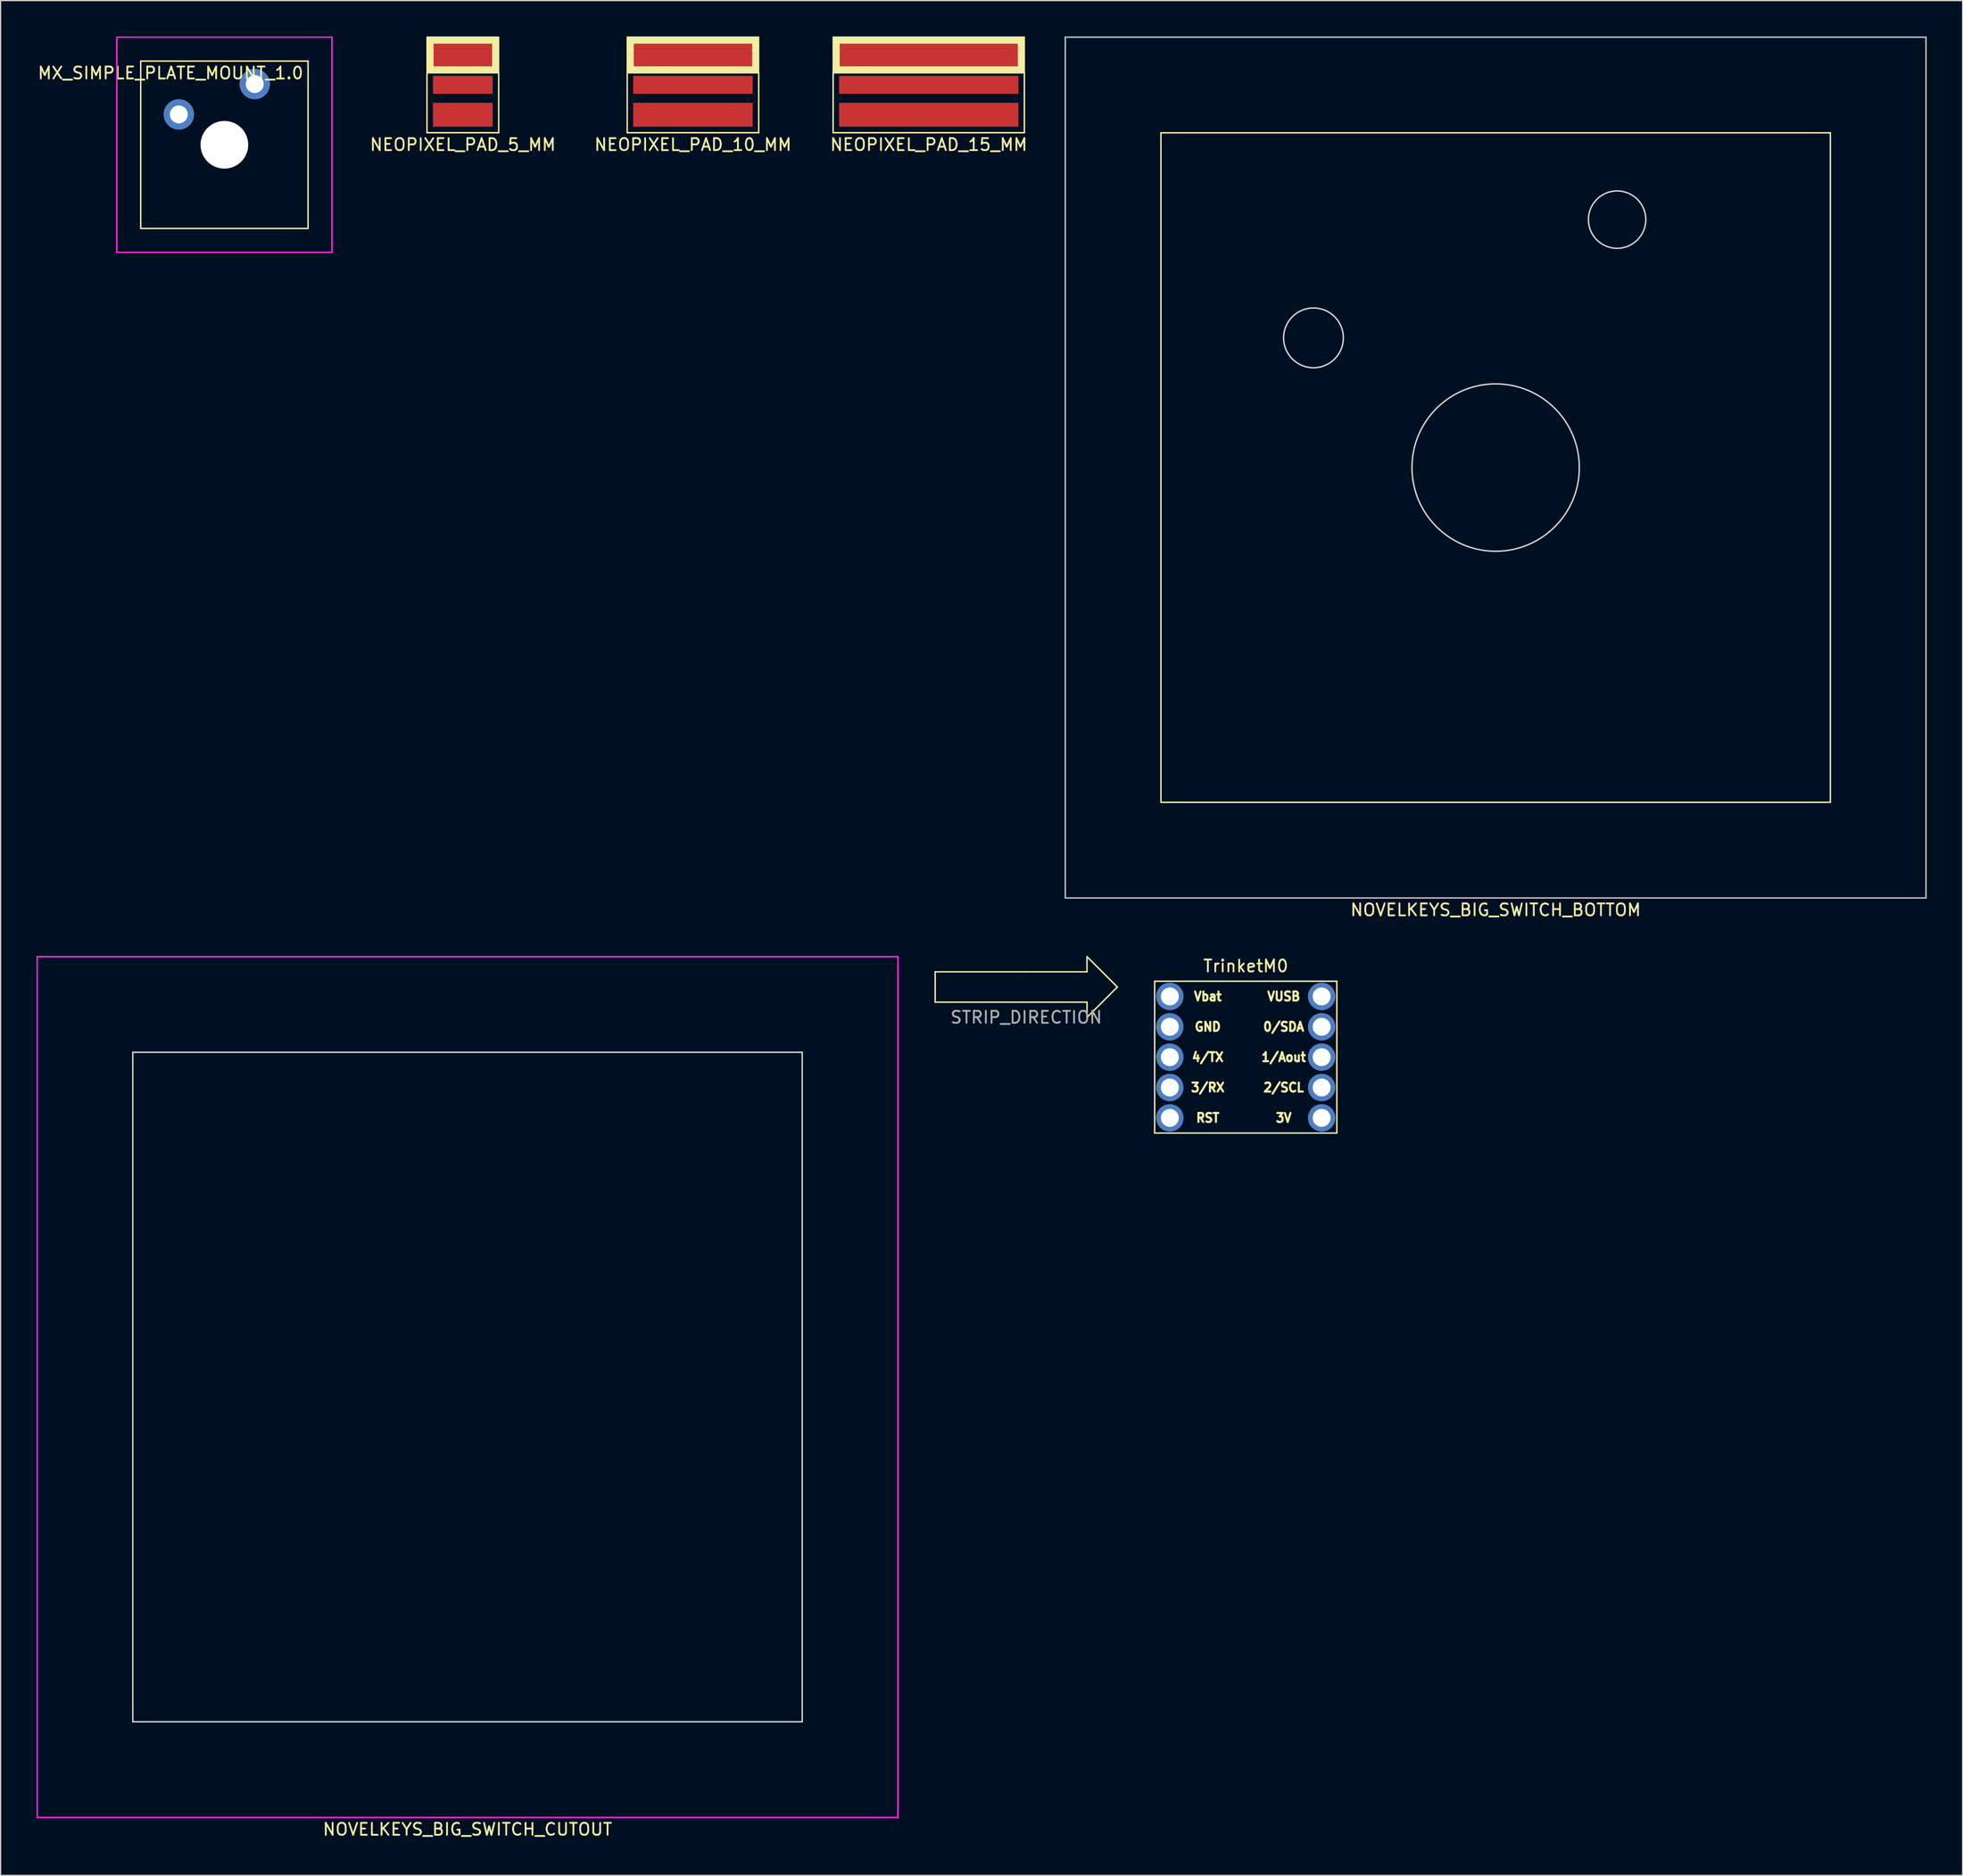
<source format=kicad_pcb>
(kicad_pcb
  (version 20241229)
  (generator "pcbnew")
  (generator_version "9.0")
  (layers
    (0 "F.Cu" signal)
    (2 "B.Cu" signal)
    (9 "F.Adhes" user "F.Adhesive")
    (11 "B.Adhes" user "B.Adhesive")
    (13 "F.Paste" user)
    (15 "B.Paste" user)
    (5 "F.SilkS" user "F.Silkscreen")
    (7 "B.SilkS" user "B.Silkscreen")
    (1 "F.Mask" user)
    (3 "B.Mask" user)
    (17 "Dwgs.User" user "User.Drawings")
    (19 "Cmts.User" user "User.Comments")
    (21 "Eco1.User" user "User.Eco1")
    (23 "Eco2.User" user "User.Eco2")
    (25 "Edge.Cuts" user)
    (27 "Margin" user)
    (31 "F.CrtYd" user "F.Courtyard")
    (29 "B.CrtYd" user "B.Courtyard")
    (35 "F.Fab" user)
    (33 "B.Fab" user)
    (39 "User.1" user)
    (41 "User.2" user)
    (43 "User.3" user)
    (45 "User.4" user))
  (footprint "NOVELKEYS_BIG_SWITCH_CUTOUT"
    (layer "F.Cu")
    (at 36.06 112.968)
    (property "Reference" "NOVELKEYS_BIG_SWITCH_CUTOUT" (at 0 37 0) (layer "F.SilkS") (effects (font (size 1 1) (thickness 0.15))))
    (attr through_hole)
    (fp_line (start -28 -28) (end -28 28) (stroke (width 0.12) (type solid)) (layer "Edge.Cuts"))
    (fp_line (start -28 28) (end 28 28) (stroke (width 0.12) (type solid)) (layer "Edge.Cuts"))
    (fp_line (start 28 -28) (end -28 -28) (stroke (width 0.12) (type solid)) (layer "Edge.Cuts"))
    (fp_line (start 28 28) (end 28 -28) (stroke (width 0.12) (type solid)) (layer "Edge.Cuts"))
    (fp_line (start -36 -36) (end -36 36) (stroke (width 0.12) (type solid)) (layer "F.CrtYd"))
    (fp_line (start -36 36) (end 36 36) (stroke (width 0.12) (type solid)) (layer "F.CrtYd"))
    (fp_line (start 36 -36) (end -36 -36) (stroke (width 0.12) (type solid)) (layer "F.CrtYd"))
    (fp_line (start 36 36) (end 36 -36) (stroke (width 0.12) (type solid)) (layer "F.CrtYd")))
  (footprint "TrinketM0"
    (layer "F.Cu")
    (at 101.16 85.376)
    (property "Reference" "TrinketM0" (at 0 -7.62 0) (layer "F.SilkS") (effects (font (size 1 1) (thickness 0.15))))
    (attr through_hole)
    (fp_line (start -7.62 -6.35) (end -7.62 6.35) (stroke (width 0.12) (type solid)) (layer "F.SilkS"))
    (fp_line (start -7.62 6.35) (end 7.62 6.35) (stroke (width 0.12) (type solid)) (layer "F.SilkS"))
    (fp_line (start 7.62 -6.35) (end -7.62 -6.35) (stroke (width 0.12) (type solid)) (layer "F.SilkS"))
    (fp_line (start 7.62 6.35) (end 7.62 -6.35) (stroke (width 0.12) (type solid)) (layer "F.SilkS"))
    (fp_text user "1/Aout" (at 3.175 0 0) (layer "F.SilkS") (effects (font (size 0.75 0.7) (thickness 0.175))))
    (fp_text user "3/RX" (at -3.175 2.54 0) (layer "F.SilkS") (effects (font (size 0.75 0.7) (thickness 0.175))))
    (fp_text user "0/SDA" (at 3.175 -2.54 0) (layer "F.SilkS") (effects (font (size 0.75 0.7) (thickness 0.175))))
    (fp_text user "RST" (at -3.175 5.08 0) (layer "F.SilkS") (effects (font (size 0.75 0.7) (thickness 0.175))))
    (fp_text user "GND" (at -3.175 -2.54 0) (layer "F.SilkS") (effects (font (size 0.75 0.7) (thickness 0.175))))
    (fp_text user "4/TX" (at -3.175 0 0) (layer "F.SilkS") (effects (font (size 0.75 0.7) (thickness 0.175))))
    (fp_text user "3V" (at 3.175 5.08 0) (layer "F.SilkS") (effects (font (size 0.75 0.7) (thickness 0.175))))
    (fp_text user "2/SCL" (at 3.175 2.54 0) (layer "F.SilkS") (effects (font (size 0.75 0.7) (thickness 0.175))))
    (fp_text user "Vbat" (at -3.175 -5.08 0) (layer "F.SilkS") (effects (font (size 0.75 0.7) (thickness 0.175))))
    (fp_text user "VUSB" (at 3.175 -5.08 0) (layer "F.SilkS") (effects (font (size 0.75 0.7) (thickness 0.175))))
    (pad "1" thru_hole circle (at -6.35 -5.08) (size 2.286 2.286) (drill 1.499) (layers "*.Cu" "*.Mask"))
    (pad "2" thru_hole circle (at -6.35 -2.54) (size 2.286 2.286) (drill 1.499) (layers "*.Cu" "*.Mask"))
    (pad "3" thru_hole circle (at -6.35 0) (size 2.286 2.286) (drill 1.499) (layers "*.Cu" "*.Mask"))
    (pad "4" thru_hole circle (at -6.35 2.54) (size 2.286 2.286) (drill 1.499) (layers "*.Cu" "*.Mask"))
    (pad "5" thru_hole circle (at -6.35 5.08) (size 2.286 2.286) (drill 1.499) (layers "*.Cu" "*.Mask"))
    (pad "6" thru_hole circle (at 6.35 5.08) (size 2.286 2.286) (drill 1.499) (layers "*.Cu" "*.Mask"))
    (pad "7" thru_hole circle (at 6.35 2.54) (size 2.286 2.286) (drill 1.499) (layers "*.Cu" "*.Mask"))
    (pad "8" thru_hole circle (at 6.35 0) (size 2.286 2.286) (drill 1.499) (layers "*.Cu" "*.Mask"))
    (pad "9" thru_hole circle (at 6.35 -2.54) (size 2.286 2.286) (drill 1.499) (layers "*.Cu" "*.Mask"))
    (pad "10" thru_hole circle (at 6.35 -5.08) (size 2.286 2.286) (drill 1.499) (layers "*.Cu" "*.Mask")))
  (footprint "NEOPIXEL_PAD_10_MM"
    (layer "F.Cu")
    (at 54.917 4.05)
    (property "Reference" "NEOPIXEL_PAD_10_MM" (at 0 5 0) (layer "F.SilkS") (effects (font (size 1 1) (thickness 0.15))))
    (attr through_hole)
    (fp_line (start -5.5 -1) (end -5.5 4) (stroke (width 0.12) (type solid)) (layer "F.SilkS"))
    (fp_line (start -5.5 4) (end 5.5 4) (stroke (width 0.12) (type solid)) (layer "F.SilkS"))
    (fp_line (start 5.5 4) (end 5.5 -1) (stroke (width 0.12) (type solid)) (layer "F.SilkS"))
    (fp_poly (pts (xy -5 -3.5) (xy 5 -3.5) (xy 5 -1.5) (xy -5 -1.5) (xy -5 -1) (xy 5.5 -1) (xy 5.5 -4) (xy -5.5 -4) (xy -5.5 -1) (xy -5 -1)) (stroke (width 0.1) (type solid)) (fill yes) (layer "F.SilkS"))
    (pad "1" smd rect (at 0 -2.5) (size 10 2) (layers "F.Cu" "F.Mask" "F.Paste"))
    (pad "2" smd rect (at 0 0) (size 10 1.5) (layers "F.Cu" "F.Mask" "F.Paste"))
    (pad "3" smd rect (at 0 2.5) (size 10 2) (layers "F.Cu" "F.Mask" "F.Paste")))
  (footprint "MX_SIMPLE_PLATE_MOUNT_1.0"
    (layer "F.Cu")
    (at 15.72 9.06)
    (property "Reference" "MX_SIMPLE_PLATE_MOUNT_1.0" (at -4.5 -6 0) (layer "F.SilkS") (effects (font (size 1 1) (thickness 0.15))))
    (attr through_hole)
    (fp_line (start -7 -7) (end 7 -7) (stroke (width 0.12) (type solid)) (layer "F.SilkS"))
    (fp_line (start -7 7) (end -7 -7) (stroke (width 0.12) (type solid)) (layer "F.SilkS"))
    (fp_line (start 7 -7) (end 7 7) (stroke (width 0.12) (type solid)) (layer "F.SilkS"))
    (fp_line (start 7 7) (end -7 7) (stroke (width 0.12) (type solid)) (layer "F.SilkS"))
    (fp_line (start -9 -9) (end -9 9) (stroke (width 0.12) (type solid)) (layer "F.CrtYd"))
    (fp_line (start -9 9) (end 9 9) (stroke (width 0.12) (type solid)) (layer "F.CrtYd"))
    (fp_line (start 9 -9) (end -9 -9) (stroke (width 0.12) (type solid)) (layer "F.CrtYd"))
    (fp_line (start 9 9) (end 9 -9) (stroke (width 0.12) (type solid)) (layer "F.CrtYd"))
    (pad "" np_thru_hole circle (at 0 0) (size 3.988 3.988) (drill 3.988) (layers "*.Cu" "*.Mask"))
    (pad "S1" thru_hole circle (at -3.81 -2.54) (size 2.54 2.54) (drill 1.499) (layers "*.Cu" "*.Mask"))
    (pad "S2" thru_hole circle (at 2.54 -5.08) (size 2.54 2.54) (drill 1.499) (layers "*.Cu" "*.Mask")))
  (footprint "NEOPIXEL_PAD_5_MM"
    (layer "F.Cu")
    (at 35.667 4.05)
    (property "Reference" "NEOPIXEL_PAD_5_MM" (at 0 5 0) (layer "F.SilkS") (effects (font (size 1 1) (thickness 0.15))))
    (attr through_hole)
    (fp_line (start -3 -1) (end -3 4) (stroke (width 0.12) (type solid)) (layer "F.SilkS"))
    (fp_line (start -3 4) (end 3 4) (stroke (width 0.12) (type solid)) (layer "F.SilkS"))
    (fp_line (start 3 4) (end 3 -1) (stroke (width 0.12) (type solid)) (layer "F.SilkS"))
    (fp_poly (pts (xy -2.5 -1.5) (xy 2.5 -1.5) (xy 2.5 -3.5) (xy -2.5 -3.5) (xy -2.5 -4) (xy 3 -4) (xy 3 -1) (xy -3 -1) (xy -3 -4) (xy -2.5 -4)) (stroke (width 0.1) (type solid)) (fill yes) (layer "F.SilkS"))
    (pad "1" smd rect (at 0 -2.5) (size 5 2) (layers "F.Cu" "F.Mask" "F.Paste"))
    (pad "2" smd rect (at 0 0) (size 5 1.5) (layers "F.Cu" "F.Mask" "F.Paste"))
    (pad "3" smd rect (at 0 2.5) (size 5 2) (layers "F.Cu" "F.Mask" "F.Paste")))
  (footprint "NEOPIXEL_PAD_15_MM"
    (layer "F.Cu")
    (at 74.643 4.05)
    (property "Reference" "NEOPIXEL_PAD_15_MM" (at 0 5 0) (layer "F.SilkS") (effects (font (size 1 1) (thickness 0.15))))
    (attr through_hole)
    (fp_line (start -8 -1) (end -8 4) (stroke (width 0.12) (type solid)) (layer "F.SilkS"))
    (fp_line (start -8 4) (end 8 4) (stroke (width 0.12) (type solid)) (layer "F.SilkS"))
    (fp_line (start 8 4) (end 8 -1) (stroke (width 0.12) (type solid)) (layer "F.SilkS"))
    (fp_poly (pts (xy -7.5 -3.5) (xy -7.5 -1.5) (xy 7.5 -1.5) (xy 7.5 -3.5) (xy 7.5 -4) (xy 8 -4) (xy 8 -1) (xy -8 -1) (xy -8 -4) (xy 7.5 -4) (xy 7.5 -3.5)) (stroke (width 0.1) (type solid)) (fill yes) (layer "F.SilkS"))
    (pad "1" smd rect (at 0 -2.5) (size 15 2) (layers "F.Cu" "F.Mask" "F.Paste"))
    (pad "2" smd rect (at 0 0) (size 15 1.5) (layers "F.Cu" "F.Mask" "F.Paste"))
    (pad "3" smd rect (at 0 2.5) (size 15 2) (layers "F.Cu" "F.Mask" "F.Paste")))
  (footprint "NOVELKEYS_BIG_SWITCH_BOTTOM"
    (layer "F.Cu")
    (at 122.066 36.06)
    (property "Reference" "NOVELKEYS_BIG_SWITCH_BOTTOM" (at 0 37 0) (layer "F.SilkS") (effects (font (size 1 1) (thickness 0.15))))
    (attr through_hole)
    (fp_line (start -28 -28) (end 28 -28) (stroke (width 0.12) (type solid)) (layer "F.SilkS"))
    (fp_line (start -28 28) (end -28 -28) (stroke (width 0.12) (type solid)) (layer "F.SilkS"))
    (fp_line (start 28 -28) (end 28 28) (stroke (width 0.12) (type solid)) (layer "F.SilkS"))
    (fp_line (start 28 28) (end -28 28) (stroke (width 0.12) (type solid)) (layer "F.SilkS"))
    (fp_line (start -36 -36) (end -36 36) (stroke (width 0.12) (type solid)) (layer "Dwgs.User"))
    (fp_line (start -36 36) (end 36 36) (stroke (width 0.12) (type solid)) (layer "Dwgs.User"))
    (fp_line (start 36 -36) (end -36 -36) (stroke (width 0.12) (type solid)) (layer "Dwgs.User"))
    (fp_line (start 36 36) (end 36 -36) (stroke (width 0.12) (type solid)) (layer "Dwgs.User"))
    (fp_circle (center -15.24 -10.85) (end -12.74 -10.85) (stroke (width 0.12) (type solid)) (fill no) (layer "Edge.Cuts"))
    (fp_circle (center 0 0) (end 7 0) (stroke (width 0.12) (type solid)) (fill no) (layer "Edge.Cuts"))
    (fp_circle (center 10.16 -20.74) (end 12.56 -20.74) (stroke (width 0.12) (type solid)) (fill no) (layer "Edge.Cuts")))
  (footprint "STRIP_DIRECTION"
    (layer "F.Cu")
    (at 82.8 79.508)
    (property "Reference" "STRIP_DIRECTION" (at 0 2.54 0) (layer "F.Fab") (effects (font (size 1 1) (thickness 0.15))))
    (attr through_hole)
    (fp_line (start -7.62 -1.27) (end -7.62 1.27) (stroke (width 0.12) (type solid)) (layer "F.SilkS"))
    (fp_line (start -7.62 1.27) (end 5.08 1.27) (stroke (width 0.12) (type solid)) (layer "F.SilkS"))
    (fp_line (start 0 -1.27) (end -7.62 -1.27) (stroke (width 0.12) (type solid)) (layer "F.SilkS"))
    (fp_line (start 5.08 -2.54) (end 5.08 -1.27) (stroke (width 0.12) (type solid)) (layer "F.SilkS"))
    (fp_line (start 5.08 -1.27) (end 0 -1.27) (stroke (width 0.12) (type solid)) (layer "F.SilkS"))
    (fp_line (start 5.08 1.27) (end 5.08 2.54) (stroke (width 0.12) (type solid)) (layer "F.SilkS"))
    (fp_line (start 5.08 2.54) (end 7.62 0) (stroke (width 0.12) (type solid)) (layer "F.SilkS"))
    (fp_line (start 7.62 0) (end 5.08 -2.54) (stroke (width 0.12) (type solid)) (layer "F.SilkS")))
  (gr_rect
    (start -3 -3)
    (end 161.126 153.816)
    (stroke (width 0.1) (type default))
    (fill no)
    (layer "Edge.Cuts")))
</source>
